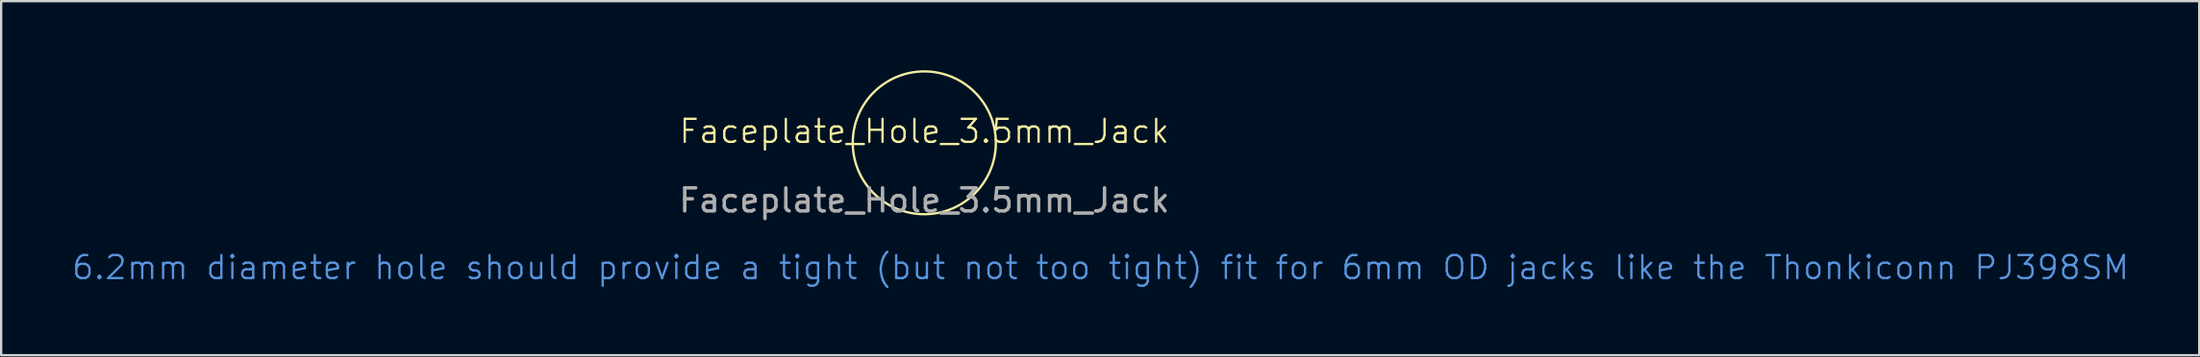
<source format=kicad_pcb>
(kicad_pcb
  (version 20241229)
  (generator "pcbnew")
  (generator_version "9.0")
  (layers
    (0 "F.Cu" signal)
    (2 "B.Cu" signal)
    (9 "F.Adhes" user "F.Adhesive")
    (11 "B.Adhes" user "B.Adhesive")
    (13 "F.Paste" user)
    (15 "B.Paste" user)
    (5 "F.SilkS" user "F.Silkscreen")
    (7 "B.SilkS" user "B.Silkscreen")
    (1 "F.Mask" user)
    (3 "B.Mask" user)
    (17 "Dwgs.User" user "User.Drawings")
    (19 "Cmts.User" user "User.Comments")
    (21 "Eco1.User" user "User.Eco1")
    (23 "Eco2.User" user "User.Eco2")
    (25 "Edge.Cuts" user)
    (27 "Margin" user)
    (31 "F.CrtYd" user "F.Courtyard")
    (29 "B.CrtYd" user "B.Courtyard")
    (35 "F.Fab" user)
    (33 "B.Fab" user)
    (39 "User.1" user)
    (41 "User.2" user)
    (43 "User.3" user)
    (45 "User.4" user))
  (footprint "Faceplate_Hole_3.5mm_Jack"
    (layer "F.Cu")
    (at 37 3.15)
    (property "Reference" "Faceplate_Hole_3.5mm_Jack" (at 0 -0.5 0) (unlocked yes) (layer "F.SilkS") (effects (font (size 1 1) (thickness 0.1))))
    (attr through_hole)
    (fp_circle (center 0 0) (end 3.1 0) (stroke (width 0.1) (type default)) (fill no) (layer "F.SilkS"))
    (fp_text user "6.2mm diameter hole should provide a tight (but not too tight) fit for 6mm OD jacks like the Thonkiconn PJ398SM" (at -37 6 0) (unlocked yes) (layer "Cmts.User") (effects (font (size 1 1) (thickness 0.1)) (justify left bottom)))
    (fp_text user "${REFERENCE}" (at 0 2.5 0) (unlocked yes) (layer "F.Fab") (effects (font (size 1 1) (thickness 0.15)))))
  (gr_rect
    (start -3 -3)
    (end 92.243 12.371)
    (stroke (width 0.1) (type default))
    (fill no)
    (layer "Edge.Cuts")))
</source>
